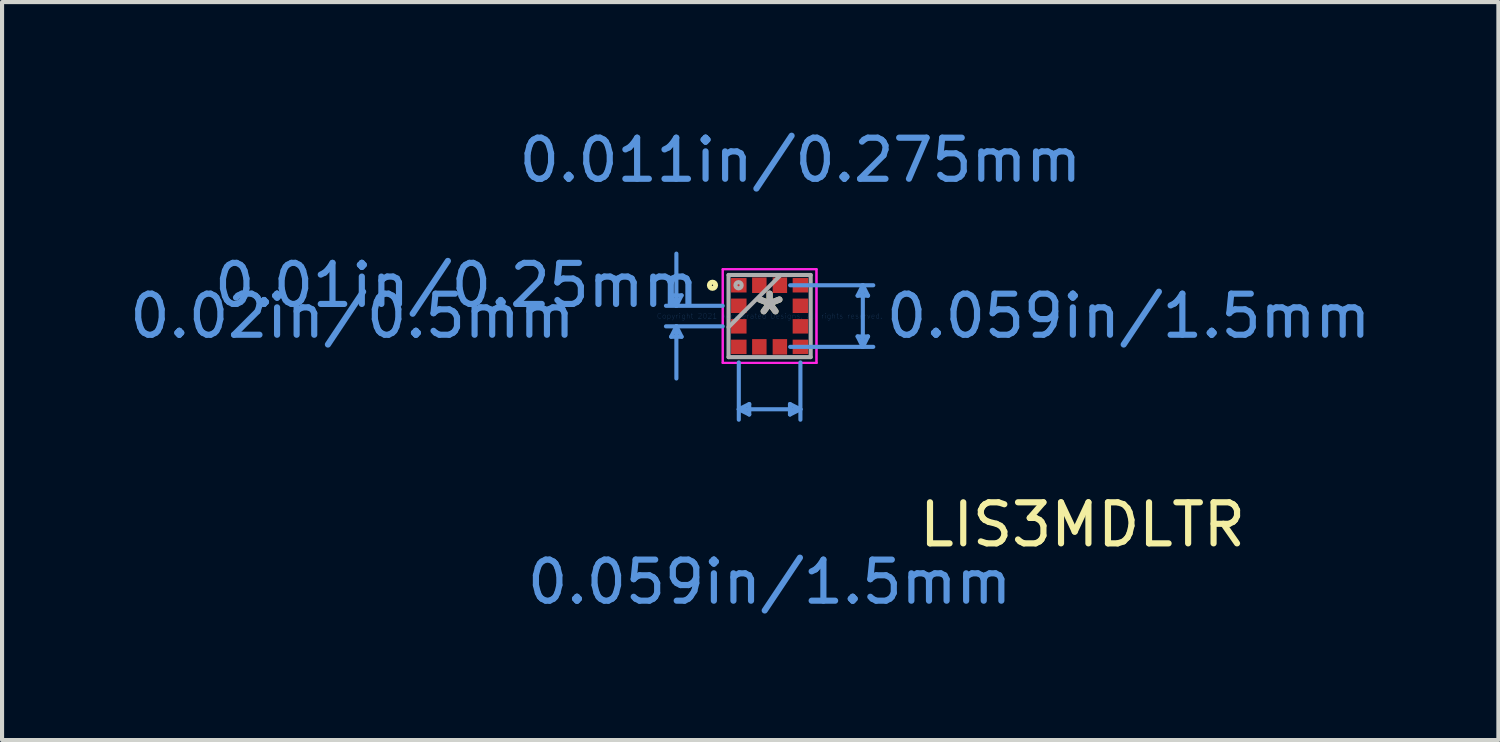
<source format=kicad_pcb>
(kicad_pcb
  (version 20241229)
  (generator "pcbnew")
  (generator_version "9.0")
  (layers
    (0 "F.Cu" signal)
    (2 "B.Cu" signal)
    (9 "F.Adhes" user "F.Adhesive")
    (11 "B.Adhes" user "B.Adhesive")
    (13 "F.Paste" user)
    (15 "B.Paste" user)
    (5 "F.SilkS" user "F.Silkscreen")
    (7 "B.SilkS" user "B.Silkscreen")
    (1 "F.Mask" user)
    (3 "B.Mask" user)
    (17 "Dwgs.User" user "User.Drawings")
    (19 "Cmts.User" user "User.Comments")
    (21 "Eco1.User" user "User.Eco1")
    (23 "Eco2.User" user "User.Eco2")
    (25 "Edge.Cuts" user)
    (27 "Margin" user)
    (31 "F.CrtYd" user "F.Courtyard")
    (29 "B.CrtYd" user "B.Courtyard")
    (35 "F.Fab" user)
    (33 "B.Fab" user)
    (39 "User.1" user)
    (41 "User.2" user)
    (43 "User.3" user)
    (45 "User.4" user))
  (footprint "LIS3MDLTR"
    (layer "F.Cu")
    (at 15.69 4.646)
    (property "Reference" "LIS3MDLTR" (at 7.62 5.08 0) (layer "F.SilkS") (effects (font (size 1 1) (thickness 0.15))))
    (attr through_hole)
    (fp_circle (center -1.391 -0.75) (end -1.315 -0.75) (stroke (width 0.12) (type solid)) (fill no) (layer "F.SilkS"))
    (fp_line (start -2.397 -0.504) (end -2.27 -0.25) (stroke (width 0.1) (type solid)) (layer "Cmts.User"))
    (fp_line (start -2.397 0.504) (end -2.27 0.25) (stroke (width 0.1) (type solid)) (layer "Cmts.User"))
    (fp_line (start -2.27 -0.25) (end -2.27 -1.52) (stroke (width 0.1) (type solid)) (layer "Cmts.User"))
    (fp_line (start -2.27 -0.25) (end -2.143 -0.504) (stroke (width 0.1) (type solid)) (layer "Cmts.User"))
    (fp_line (start -2.27 0.25) (end -2.27 1.52) (stroke (width 0.1) (type solid)) (layer "Cmts.User"))
    (fp_line (start -2.27 0.25) (end -2.143 0.504) (stroke (width 0.1) (type solid)) (layer "Cmts.User"))
    (fp_line (start -2.143 -0.504) (end -2.397 -0.504) (stroke (width 0.1) (type solid)) (layer "Cmts.User"))
    (fp_line (start -2.143 0.504) (end -2.397 0.504) (stroke (width 0.1) (type solid)) (layer "Cmts.User"))
    (fp_line (start -1.141 -0.25) (end -2.524 -0.25) (stroke (width 0.1) (type solid)) (layer "Cmts.User"))
    (fp_line (start -1.141 0.25) (end -2.524 0.25) (stroke (width 0.1) (type solid)) (layer "Cmts.User"))
    (fp_line (start -0.75 1.129) (end -0.75 2.524) (stroke (width 0.1) (type solid)) (layer "Cmts.User"))
    (fp_line (start -0.75 2.27) (end -0.496 2.397) (stroke (width 0.1) (type solid)) (layer "Cmts.User"))
    (fp_line (start -0.75 2.27) (end 0.75 2.27) (stroke (width 0.1) (type solid)) (layer "Cmts.User"))
    (fp_line (start -0.496 2.143) (end -0.75 2.27) (stroke (width 0.1) (type solid)) (layer "Cmts.User"))
    (fp_line (start -0.496 2.397) (end -0.496 2.143) (stroke (width 0.1) (type solid)) (layer "Cmts.User"))
    (fp_line (start 0.496 2.143) (end 0.75 2.27) (stroke (width 0.1) (type solid)) (layer "Cmts.User"))
    (fp_line (start 0.496 2.397) (end 0.496 2.143) (stroke (width 0.1) (type solid)) (layer "Cmts.User"))
    (fp_line (start 0.5 -0.75) (end 2.524 -0.75) (stroke (width 0.1) (type solid)) (layer "Cmts.User"))
    (fp_line (start 0.5 0.75) (end 2.524 0.75) (stroke (width 0.1) (type solid)) (layer "Cmts.User"))
    (fp_line (start 0.75 1.129) (end 0.75 2.524) (stroke (width 0.1) (type solid)) (layer "Cmts.User"))
    (fp_line (start 0.75 2.27) (end 0.496 2.397) (stroke (width 0.1) (type solid)) (layer "Cmts.User"))
    (fp_line (start 2.143 -0.496) (end 2.397 -0.496) (stroke (width 0.1) (type solid)) (layer "Cmts.User"))
    (fp_line (start 2.143 0.496) (end 2.397 0.496) (stroke (width 0.1) (type solid)) (layer "Cmts.User"))
    (fp_line (start 2.27 -0.75) (end 2.143 -0.496) (stroke (width 0.1) (type solid)) (layer "Cmts.User"))
    (fp_line (start 2.27 0.75) (end 2.143 0.496) (stroke (width 0.1) (type solid)) (layer "Cmts.User"))
    (fp_line (start 2.27 0.75) (end 2.27 -0.75) (stroke (width 0.1) (type solid)) (layer "Cmts.User"))
    (fp_line (start 2.397 -0.496) (end 2.27 -0.75) (stroke (width 0.1) (type solid)) (layer "Cmts.User"))
    (fp_line (start 2.397 0.496) (end 2.27 0.75) (stroke (width 0.1) (type solid)) (layer "Cmts.User"))
    (fp_line (start -1.141 -1.141) (end 1.141 -1.141) (stroke (width 0.05) (type solid)) (layer "F.CrtYd"))
    (fp_line (start -1.141 -1.141) (end 1.141 -1.141) (stroke (width 0.05) (type solid)) (layer "F.CrtYd"))
    (fp_line (start -1.141 1.141) (end -1.141 -1.141) (stroke (width 0.05) (type solid)) (layer "F.CrtYd"))
    (fp_line (start -1.141 1.141) (end -1.141 -1.141) (stroke (width 0.05) (type solid)) (layer "F.CrtYd"))
    (fp_line (start 1.141 -1.141) (end 1.141 1.141) (stroke (width 0.05) (type solid)) (layer "F.CrtYd"))
    (fp_line (start 1.141 -1.141) (end 1.141 1.141) (stroke (width 0.05) (type solid)) (layer "F.CrtYd"))
    (fp_line (start 1.141 1.141) (end -1.141 1.141) (stroke (width 0.05) (type solid)) (layer "F.CrtYd"))
    (fp_line (start 1.141 1.141) (end -1.141 1.141) (stroke (width 0.05) (type solid)) (layer "F.CrtYd"))
    (fp_line (start -1 -1) (end -1 1) (stroke (width 0.1) (type solid)) (layer "F.Fab"))
    (fp_line (start -1 0.27) (end 0.27 -1) (stroke (width 0.1) (type solid)) (layer "F.Fab"))
    (fp_line (start -1 1) (end 1 1) (stroke (width 0.1) (type solid)) (layer "F.Fab"))
    (fp_line (start 1 -1) (end -1 -1) (stroke (width 0.1) (type solid)) (layer "F.Fab"))
    (fp_line (start 1 1) (end 1 -1) (stroke (width 0.1) (type solid)) (layer "F.Fab"))
    (fp_circle (center -0.756 -0.75) (end -0.68 -0.75) (stroke (width 0.1) (type solid)) (fill no) (layer "F.Fab"))
    (fp_text user "*" (at 0 0 0) (layer "F.SilkS") (effects (font (size 1 1) (thickness 0.15))))
    (fp_text user "0.059in/1.5mm" (at 0 6.476 0) (layer "Cmts.User") (effects (font (size 1 1) (thickness 0.15))))
    (fp_text user "0.02in/0.5mm" (at -10.16 0 0) (layer "Cmts.User") (effects (font (size 1 1) (thickness 0.15))))
    (fp_text user "0.01in/0.25mm" (at -7.62 -0.75 0) (layer "Cmts.User") (effects (font (size 1 1) (thickness 0.15))))
    (fp_text user "0.059in/1.5mm" (at 8.741 0 0) (layer "Cmts.User") (effects (font (size 1 1) (thickness 0.15))))
    (fp_text user "Copyright 2021 Accelerated Designs. All rights reserved." (at 0 0 0) (layer "Cmts.User") (effects (font (size 0.127 0.127) (thickness 0.002))))
    (fp_text user "0.011in/0.275mm" (at 0.75 -3.798 0) (layer "Cmts.User") (effects (font (size 1 1) (thickness 0.15))))
    (fp_text user "*" (at 0 0 0) (layer "F.Fab") (effects (font (size 1 1) (thickness 0.15))))
    (pad "1" smd rect (at -0.75 -0.75) (size 0.377 0.352) (layers "F.Cu" "F.Mask" "F.Paste"))
    (pad "2" smd rect (at -0.75 -0.25) (size 0.377 0.352) (layers "F.Cu" "F.Mask" "F.Paste"))
    (pad "3" smd rect (at -0.75 0.25) (size 0.377 0.352) (layers "F.Cu" "F.Mask" "F.Paste"))
    (pad "4" smd rect (at -0.75 0.75) (size 0.377 0.352) (layers "F.Cu" "F.Mask" "F.Paste"))
    (pad "5" smd rect (at -0.25 0.75 90) (size 0.377 0.352) (layers "F.Cu" "F.Mask" "F.Paste"))
    (pad "6" smd rect (at 0.25 0.75 90) (size 0.377 0.352) (layers "F.Cu" "F.Mask" "F.Paste"))
    (pad "7" smd rect (at 0.75 0.75) (size 0.377 0.352) (layers "F.Cu" "F.Mask" "F.Paste"))
    (pad "8" smd rect (at 0.75 0.25) (size 0.377 0.352) (layers "F.Cu" "F.Mask" "F.Paste"))
    (pad "9" smd rect (at 0.75 -0.25) (size 0.377 0.352) (layers "F.Cu" "F.Mask" "F.Paste"))
    (pad "10" smd rect (at 0.75 -0.75) (size 0.377 0.352) (layers "F.Cu" "F.Mask" "F.Paste"))
    (pad "11" smd rect (at 0.25 -0.75 90) (size 0.377 0.352) (layers "F.Cu" "F.Mask" "F.Paste"))
    (pad "12" smd rect (at -0.25 -0.75 90) (size 0.377 0.352) (layers "F.Cu" "F.Mask" "F.Paste")))
  (gr_rect
    (start -3 -3)
    (end 33.436 14.97)
    (stroke (width 0.1) (type default))
    (fill no)
    (layer "Edge.Cuts")))
</source>
